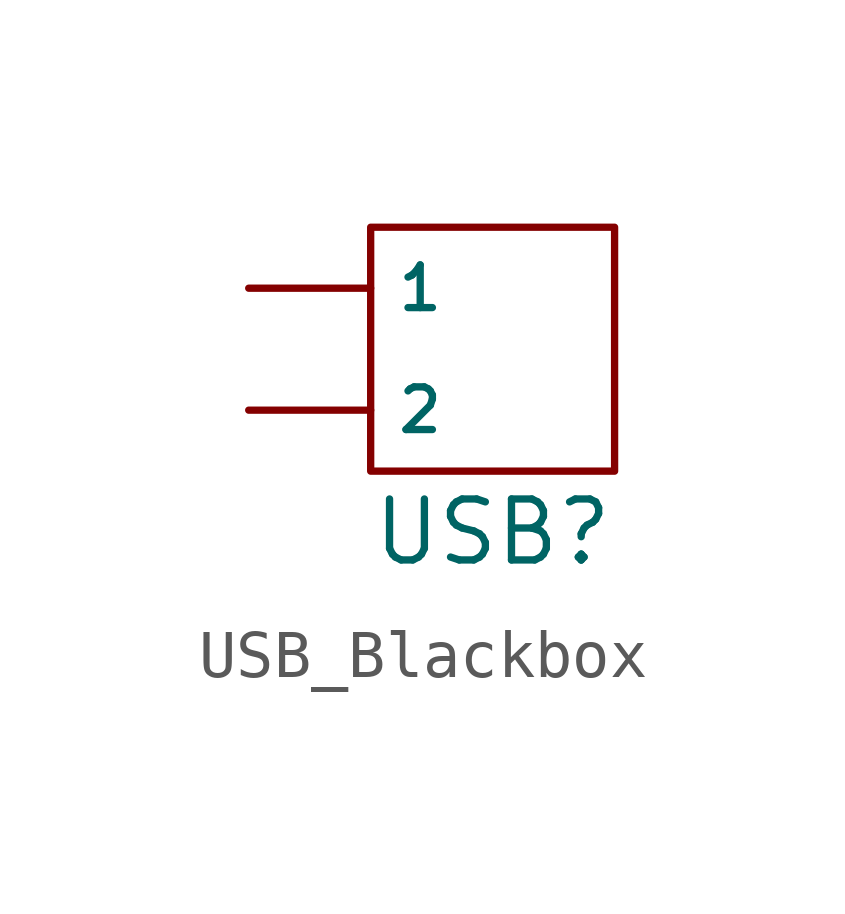
<source format=kicad_sym>
(kicad_symbol_lib
  (version 20231120)
  (generator "kicad_symbol_editor")
  (generator_version "8.0")
  (symbol "USB_Blackbox"
    (property "Reference" "USB"
      (at 0 -3.81 0)
      (effects (font (size 1.27 1.27))))
    (property "Value" ""
      (at 0 0 0)
      (effects (font (size 1.27 1.27))))
    (symbol "USB_Blackbox_1_1"
      (rectangle (start -2.54 2.54) (end 2.54 -2.54) (stroke (width 0) (type default)) (fill (type none)))
      (pin bidirectional line (at -5.08 1.27 0) (length 2.54) (name "1" (effects (font (size 0.889 0.889)))) (number "" (effects (font (size 0.889 0.889)))))
      (pin bidirectional line (at -5.08 -1.27 0) (length 2.54) (name "2" (effects (font (size 0.889 0.889)))) (number "" (effects (font (size 0.889 0.889))))))))
</source>
